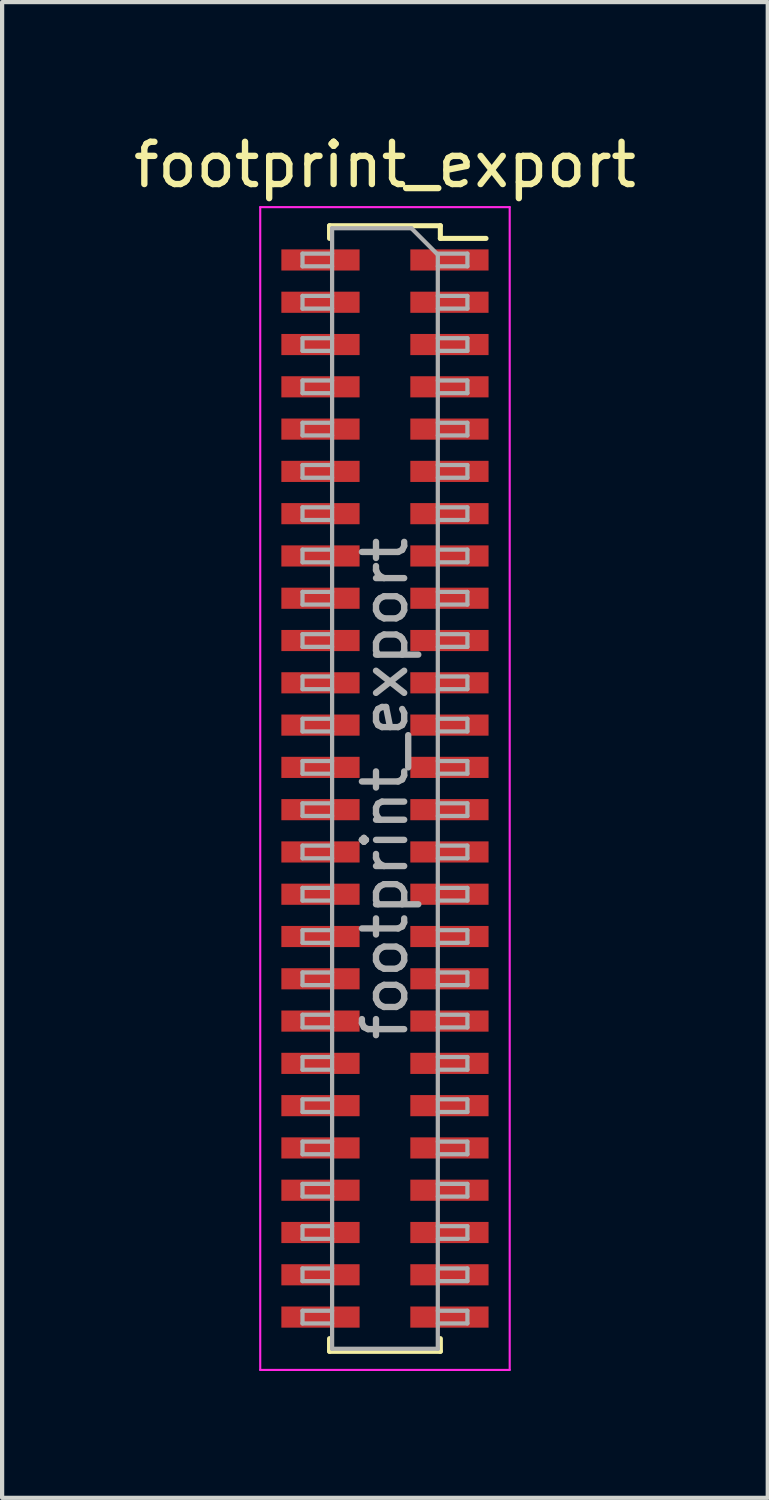
<source format=kicad_pcb>
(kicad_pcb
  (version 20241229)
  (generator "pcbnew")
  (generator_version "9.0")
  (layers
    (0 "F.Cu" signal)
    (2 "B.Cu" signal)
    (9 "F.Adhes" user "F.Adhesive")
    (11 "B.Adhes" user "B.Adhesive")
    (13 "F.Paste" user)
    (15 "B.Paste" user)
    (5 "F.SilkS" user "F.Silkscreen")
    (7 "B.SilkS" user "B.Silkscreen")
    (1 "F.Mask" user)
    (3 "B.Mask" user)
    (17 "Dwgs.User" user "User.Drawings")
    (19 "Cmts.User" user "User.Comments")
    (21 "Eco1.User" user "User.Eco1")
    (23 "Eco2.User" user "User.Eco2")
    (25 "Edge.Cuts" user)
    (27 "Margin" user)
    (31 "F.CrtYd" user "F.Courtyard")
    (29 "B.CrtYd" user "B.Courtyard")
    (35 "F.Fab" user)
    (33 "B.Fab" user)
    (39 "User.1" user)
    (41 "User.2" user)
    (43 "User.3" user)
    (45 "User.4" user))
  (footprint "footprint_export"
    (layer "F.Cu")
    (at 6.054 15.598)
    (property "Reference" "footprint_export" (at 0 -14.75 0) (layer "F.SilkS") (effects (font (size 1 1) (thickness 0.15))))
    (attr smd)
    (fp_line (start -1.31 -13.31) (end -1.31 -13.01) (stroke (width 0.12) (type solid)) (layer "F.SilkS"))
    (fp_line (start -1.31 -13.31) (end 1.31 -13.31) (stroke (width 0.12) (type solid)) (layer "F.SilkS"))
    (fp_line (start -1.31 13.01) (end -1.31 13.31) (stroke (width 0.12) (type solid)) (layer "F.SilkS"))
    (fp_line (start -1.31 13.31) (end 1.31 13.31) (stroke (width 0.12) (type solid)) (layer "F.SilkS"))
    (fp_line (start 1.31 -13.31) (end 1.31 -13.01) (stroke (width 0.12) (type solid)) (layer "F.SilkS"))
    (fp_line (start 1.31 -13.01) (end 2.39 -13.01) (stroke (width 0.12) (type solid)) (layer "F.SilkS"))
    (fp_line (start 1.31 13.01) (end 1.31 13.31) (stroke (width 0.12) (type solid)) (layer "F.SilkS"))
    (fp_line (start -2.95 -13.75) (end 2.95 -13.75) (stroke (width 0.05) (type solid)) (layer "F.CrtYd"))
    (fp_line (start -2.95 13.75) (end -2.95 -13.75) (stroke (width 0.05) (type solid)) (layer "F.CrtYd"))
    (fp_line (start 2.95 -13.75) (end 2.95 13.75) (stroke (width 0.05) (type solid)) (layer "F.CrtYd"))
    (fp_line (start 2.95 13.75) (end -2.95 13.75) (stroke (width 0.05) (type solid)) (layer "F.CrtYd"))
    (fp_line (start -1.95 -12.65) (end -1.25 -12.65) (stroke (width 0.1) (type solid)) (layer "F.Fab"))
    (fp_line (start -1.95 -12.35) (end -1.95 -12.65) (stroke (width 0.1) (type solid)) (layer "F.Fab"))
    (fp_line (start -1.95 -11.65) (end -1.25 -11.65) (stroke (width 0.1) (type solid)) (layer "F.Fab"))
    (fp_line (start -1.95 -11.35) (end -1.95 -11.65) (stroke (width 0.1) (type solid)) (layer "F.Fab"))
    (fp_line (start -1.95 -10.65) (end -1.25 -10.65) (stroke (width 0.1) (type solid)) (layer "F.Fab"))
    (fp_line (start -1.95 -10.35) (end -1.95 -10.65) (stroke (width 0.1) (type solid)) (layer "F.Fab"))
    (fp_line (start -1.95 -9.65) (end -1.25 -9.65) (stroke (width 0.1) (type solid)) (layer "F.Fab"))
    (fp_line (start -1.95 -9.35) (end -1.95 -9.65) (stroke (width 0.1) (type solid)) (layer "F.Fab"))
    (fp_line (start -1.95 -8.65) (end -1.25 -8.65) (stroke (width 0.1) (type solid)) (layer "F.Fab"))
    (fp_line (start -1.95 -8.35) (end -1.95 -8.65) (stroke (width 0.1) (type solid)) (layer "F.Fab"))
    (fp_line (start -1.95 -7.65) (end -1.25 -7.65) (stroke (width 0.1) (type solid)) (layer "F.Fab"))
    (fp_line (start -1.95 -7.35) (end -1.95 -7.65) (stroke (width 0.1) (type solid)) (layer "F.Fab"))
    (fp_line (start -1.95 -6.65) (end -1.25 -6.65) (stroke (width 0.1) (type solid)) (layer "F.Fab"))
    (fp_line (start -1.95 -6.35) (end -1.95 -6.65) (stroke (width 0.1) (type solid)) (layer "F.Fab"))
    (fp_line (start -1.95 -5.65) (end -1.25 -5.65) (stroke (width 0.1) (type solid)) (layer "F.Fab"))
    (fp_line (start -1.95 -5.35) (end -1.95 -5.65) (stroke (width 0.1) (type solid)) (layer "F.Fab"))
    (fp_line (start -1.95 -4.65) (end -1.25 -4.65) (stroke (width 0.1) (type solid)) (layer "F.Fab"))
    (fp_line (start -1.95 -4.35) (end -1.95 -4.65) (stroke (width 0.1) (type solid)) (layer "F.Fab"))
    (fp_line (start -1.95 -3.65) (end -1.25 -3.65) (stroke (width 0.1) (type solid)) (layer "F.Fab"))
    (fp_line (start -1.95 -3.35) (end -1.95 -3.65) (stroke (width 0.1) (type solid)) (layer "F.Fab"))
    (fp_line (start -1.95 -2.65) (end -1.25 -2.65) (stroke (width 0.1) (type solid)) (layer "F.Fab"))
    (fp_line (start -1.95 -2.35) (end -1.95 -2.65) (stroke (width 0.1) (type solid)) (layer "F.Fab"))
    (fp_line (start -1.95 -1.65) (end -1.25 -1.65) (stroke (width 0.1) (type solid)) (layer "F.Fab"))
    (fp_line (start -1.95 -1.35) (end -1.95 -1.65) (stroke (width 0.1) (type solid)) (layer "F.Fab"))
    (fp_line (start -1.95 -0.65) (end -1.25 -0.65) (stroke (width 0.1) (type solid)) (layer "F.Fab"))
    (fp_line (start -1.95 -0.35) (end -1.95 -0.65) (stroke (width 0.1) (type solid)) (layer "F.Fab"))
    (fp_line (start -1.95 0.35) (end -1.25 0.35) (stroke (width 0.1) (type solid)) (layer "F.Fab"))
    (fp_line (start -1.95 0.65) (end -1.95 0.35) (stroke (width 0.1) (type solid)) (layer "F.Fab"))
    (fp_line (start -1.95 1.35) (end -1.25 1.35) (stroke (width 0.1) (type solid)) (layer "F.Fab"))
    (fp_line (start -1.95 1.65) (end -1.95 1.35) (stroke (width 0.1) (type solid)) (layer "F.Fab"))
    (fp_line (start -1.95 2.35) (end -1.25 2.35) (stroke (width 0.1) (type solid)) (layer "F.Fab"))
    (fp_line (start -1.95 2.65) (end -1.95 2.35) (stroke (width 0.1) (type solid)) (layer "F.Fab"))
    (fp_line (start -1.95 3.35) (end -1.25 3.35) (stroke (width 0.1) (type solid)) (layer "F.Fab"))
    (fp_line (start -1.95 3.65) (end -1.95 3.35) (stroke (width 0.1) (type solid)) (layer "F.Fab"))
    (fp_line (start -1.95 4.35) (end -1.25 4.35) (stroke (width 0.1) (type solid)) (layer "F.Fab"))
    (fp_line (start -1.95 4.65) (end -1.95 4.35) (stroke (width 0.1) (type solid)) (layer "F.Fab"))
    (fp_line (start -1.95 5.35) (end -1.25 5.35) (stroke (width 0.1) (type solid)) (layer "F.Fab"))
    (fp_line (start -1.95 5.65) (end -1.95 5.35) (stroke (width 0.1) (type solid)) (layer "F.Fab"))
    (fp_line (start -1.95 6.35) (end -1.25 6.35) (stroke (width 0.1) (type solid)) (layer "F.Fab"))
    (fp_line (start -1.95 6.65) (end -1.95 6.35) (stroke (width 0.1) (type solid)) (layer "F.Fab"))
    (fp_line (start -1.95 7.35) (end -1.25 7.35) (stroke (width 0.1) (type solid)) (layer "F.Fab"))
    (fp_line (start -1.95 7.65) (end -1.95 7.35) (stroke (width 0.1) (type solid)) (layer "F.Fab"))
    (fp_line (start -1.95 8.35) (end -1.25 8.35) (stroke (width 0.1) (type solid)) (layer "F.Fab"))
    (fp_line (start -1.95 8.65) (end -1.95 8.35) (stroke (width 0.1) (type solid)) (layer "F.Fab"))
    (fp_line (start -1.95 9.35) (end -1.25 9.35) (stroke (width 0.1) (type solid)) (layer "F.Fab"))
    (fp_line (start -1.95 9.65) (end -1.95 9.35) (stroke (width 0.1) (type solid)) (layer "F.Fab"))
    (fp_line (start -1.95 10.35) (end -1.25 10.35) (stroke (width 0.1) (type solid)) (layer "F.Fab"))
    (fp_line (start -1.95 10.65) (end -1.95 10.35) (stroke (width 0.1) (type solid)) (layer "F.Fab"))
    (fp_line (start -1.95 11.35) (end -1.25 11.35) (stroke (width 0.1) (type solid)) (layer "F.Fab"))
    (fp_line (start -1.95 11.65) (end -1.95 11.35) (stroke (width 0.1) (type solid)) (layer "F.Fab"))
    (fp_line (start -1.95 12.35) (end -1.25 12.35) (stroke (width 0.1) (type solid)) (layer "F.Fab"))
    (fp_line (start -1.95 12.65) (end -1.95 12.35) (stroke (width 0.1) (type solid)) (layer "F.Fab"))
    (fp_line (start -1.25 -13.25) (end 0.625 -13.25) (stroke (width 0.1) (type solid)) (layer "F.Fab"))
    (fp_line (start -1.25 -12.35) (end -1.95 -12.35) (stroke (width 0.1) (type solid)) (layer "F.Fab"))
    (fp_line (start -1.25 -11.35) (end -1.95 -11.35) (stroke (width 0.1) (type solid)) (layer "F.Fab"))
    (fp_line (start -1.25 -10.35) (end -1.95 -10.35) (stroke (width 0.1) (type solid)) (layer "F.Fab"))
    (fp_line (start -1.25 -9.35) (end -1.95 -9.35) (stroke (width 0.1) (type solid)) (layer "F.Fab"))
    (fp_line (start -1.25 -8.35) (end -1.95 -8.35) (stroke (width 0.1) (type solid)) (layer "F.Fab"))
    (fp_line (start -1.25 -7.35) (end -1.95 -7.35) (stroke (width 0.1) (type solid)) (layer "F.Fab"))
    (fp_line (start -1.25 -6.35) (end -1.95 -6.35) (stroke (width 0.1) (type solid)) (layer "F.Fab"))
    (fp_line (start -1.25 -5.35) (end -1.95 -5.35) (stroke (width 0.1) (type solid)) (layer "F.Fab"))
    (fp_line (start -1.25 -4.35) (end -1.95 -4.35) (stroke (width 0.1) (type solid)) (layer "F.Fab"))
    (fp_line (start -1.25 -3.35) (end -1.95 -3.35) (stroke (width 0.1) (type solid)) (layer "F.Fab"))
    (fp_line (start -1.25 -2.35) (end -1.95 -2.35) (stroke (width 0.1) (type solid)) (layer "F.Fab"))
    (fp_line (start -1.25 -1.35) (end -1.95 -1.35) (stroke (width 0.1) (type solid)) (layer "F.Fab"))
    (fp_line (start -1.25 -0.35) (end -1.95 -0.35) (stroke (width 0.1) (type solid)) (layer "F.Fab"))
    (fp_line (start -1.25 0.65) (end -1.95 0.65) (stroke (width 0.1) (type solid)) (layer "F.Fab"))
    (fp_line (start -1.25 1.65) (end -1.95 1.65) (stroke (width 0.1) (type solid)) (layer "F.Fab"))
    (fp_line (start -1.25 2.65) (end -1.95 2.65) (stroke (width 0.1) (type solid)) (layer "F.Fab"))
    (fp_line (start -1.25 3.65) (end -1.95 3.65) (stroke (width 0.1) (type solid)) (layer "F.Fab"))
    (fp_line (start -1.25 4.65) (end -1.95 4.65) (stroke (width 0.1) (type solid)) (layer "F.Fab"))
    (fp_line (start -1.25 5.65) (end -1.95 5.65) (stroke (width 0.1) (type solid)) (layer "F.Fab"))
    (fp_line (start -1.25 6.65) (end -1.95 6.65) (stroke (width 0.1) (type solid)) (layer "F.Fab"))
    (fp_line (start -1.25 7.65) (end -1.95 7.65) (stroke (width 0.1) (type solid)) (layer "F.Fab"))
    (fp_line (start -1.25 8.65) (end -1.95 8.65) (stroke (width 0.1) (type solid)) (layer "F.Fab"))
    (fp_line (start -1.25 9.65) (end -1.95 9.65) (stroke (width 0.1) (type solid)) (layer "F.Fab"))
    (fp_line (start -1.25 10.65) (end -1.95 10.65) (stroke (width 0.1) (type solid)) (layer "F.Fab"))
    (fp_line (start -1.25 11.65) (end -1.95 11.65) (stroke (width 0.1) (type solid)) (layer "F.Fab"))
    (fp_line (start -1.25 12.65) (end -1.95 12.65) (stroke (width 0.1) (type solid)) (layer "F.Fab"))
    (fp_line (start -1.25 13.25) (end -1.25 -13.25) (stroke (width 0.1) (type solid)) (layer "F.Fab"))
    (fp_line (start 0.625 -13.25) (end 1.25 -12.625) (stroke (width 0.1) (type solid)) (layer "F.Fab"))
    (fp_line (start 1.25 -12.65) (end 1.95 -12.65) (stroke (width 0.1) (type solid)) (layer "F.Fab"))
    (fp_line (start 1.25 -12.625) (end 1.25 13.25) (stroke (width 0.1) (type solid)) (layer "F.Fab"))
    (fp_line (start 1.25 -11.65) (end 1.95 -11.65) (stroke (width 0.1) (type solid)) (layer "F.Fab"))
    (fp_line (start 1.25 -10.65) (end 1.95 -10.65) (stroke (width 0.1) (type solid)) (layer "F.Fab"))
    (fp_line (start 1.25 -9.65) (end 1.95 -9.65) (stroke (width 0.1) (type solid)) (layer "F.Fab"))
    (fp_line (start 1.25 -8.65) (end 1.95 -8.65) (stroke (width 0.1) (type solid)) (layer "F.Fab"))
    (fp_line (start 1.25 -7.65) (end 1.95 -7.65) (stroke (width 0.1) (type solid)) (layer "F.Fab"))
    (fp_line (start 1.25 -6.65) (end 1.95 -6.65) (stroke (width 0.1) (type solid)) (layer "F.Fab"))
    (fp_line (start 1.25 -5.65) (end 1.95 -5.65) (stroke (width 0.1) (type solid)) (layer "F.Fab"))
    (fp_line (start 1.25 -4.65) (end 1.95 -4.65) (stroke (width 0.1) (type solid)) (layer "F.Fab"))
    (fp_line (start 1.25 -3.65) (end 1.95 -3.65) (stroke (width 0.1) (type solid)) (layer "F.Fab"))
    (fp_line (start 1.25 -2.65) (end 1.95 -2.65) (stroke (width 0.1) (type solid)) (layer "F.Fab"))
    (fp_line (start 1.25 -1.65) (end 1.95 -1.65) (stroke (width 0.1) (type solid)) (layer "F.Fab"))
    (fp_line (start 1.25 -0.65) (end 1.95 -0.65) (stroke (width 0.1) (type solid)) (layer "F.Fab"))
    (fp_line (start 1.25 0.35) (end 1.95 0.35) (stroke (width 0.1) (type solid)) (layer "F.Fab"))
    (fp_line (start 1.25 1.35) (end 1.95 1.35) (stroke (width 0.1) (type solid)) (layer "F.Fab"))
    (fp_line (start 1.25 2.35) (end 1.95 2.35) (stroke (width 0.1) (type solid)) (layer "F.Fab"))
    (fp_line (start 1.25 3.35) (end 1.95 3.35) (stroke (width 0.1) (type solid)) (layer "F.Fab"))
    (fp_line (start 1.25 4.35) (end 1.95 4.35) (stroke (width 0.1) (type solid)) (layer "F.Fab"))
    (fp_line (start 1.25 5.35) (end 1.95 5.35) (stroke (width 0.1) (type solid)) (layer "F.Fab"))
    (fp_line (start 1.25 6.35) (end 1.95 6.35) (stroke (width 0.1) (type solid)) (layer "F.Fab"))
    (fp_line (start 1.25 7.35) (end 1.95 7.35) (stroke (width 0.1) (type solid)) (layer "F.Fab"))
    (fp_line (start 1.25 8.35) (end 1.95 8.35) (stroke (width 0.1) (type solid)) (layer "F.Fab"))
    (fp_line (start 1.25 9.35) (end 1.95 9.35) (stroke (width 0.1) (type solid)) (layer "F.Fab"))
    (fp_line (start 1.25 10.35) (end 1.95 10.35) (stroke (width 0.1) (type solid)) (layer "F.Fab"))
    (fp_line (start 1.25 11.35) (end 1.95 11.35) (stroke (width 0.1) (type solid)) (layer "F.Fab"))
    (fp_line (start 1.25 12.35) (end 1.95 12.35) (stroke (width 0.1) (type solid)) (layer "F.Fab"))
    (fp_line (start 1.25 13.25) (end -1.25 13.25) (stroke (width 0.1) (type solid)) (layer "F.Fab"))
    (fp_line (start 1.95 -12.65) (end 1.95 -12.35) (stroke (width 0.1) (type solid)) (layer "F.Fab"))
    (fp_line (start 1.95 -12.35) (end 1.25 -12.35) (stroke (width 0.1) (type solid)) (layer "F.Fab"))
    (fp_line (start 1.95 -11.65) (end 1.95 -11.35) (stroke (width 0.1) (type solid)) (layer "F.Fab"))
    (fp_line (start 1.95 -11.35) (end 1.25 -11.35) (stroke (width 0.1) (type solid)) (layer "F.Fab"))
    (fp_line (start 1.95 -10.65) (end 1.95 -10.35) (stroke (width 0.1) (type solid)) (layer "F.Fab"))
    (fp_line (start 1.95 -10.35) (end 1.25 -10.35) (stroke (width 0.1) (type solid)) (layer "F.Fab"))
    (fp_line (start 1.95 -9.65) (end 1.95 -9.35) (stroke (width 0.1) (type solid)) (layer "F.Fab"))
    (fp_line (start 1.95 -9.35) (end 1.25 -9.35) (stroke (width 0.1) (type solid)) (layer "F.Fab"))
    (fp_line (start 1.95 -8.65) (end 1.95 -8.35) (stroke (width 0.1) (type solid)) (layer "F.Fab"))
    (fp_line (start 1.95 -8.35) (end 1.25 -8.35) (stroke (width 0.1) (type solid)) (layer "F.Fab"))
    (fp_line (start 1.95 -7.65) (end 1.95 -7.35) (stroke (width 0.1) (type solid)) (layer "F.Fab"))
    (fp_line (start 1.95 -7.35) (end 1.25 -7.35) (stroke (width 0.1) (type solid)) (layer "F.Fab"))
    (fp_line (start 1.95 -6.65) (end 1.95 -6.35) (stroke (width 0.1) (type solid)) (layer "F.Fab"))
    (fp_line (start 1.95 -6.35) (end 1.25 -6.35) (stroke (width 0.1) (type solid)) (layer "F.Fab"))
    (fp_line (start 1.95 -5.65) (end 1.95 -5.35) (stroke (width 0.1) (type solid)) (layer "F.Fab"))
    (fp_line (start 1.95 -5.35) (end 1.25 -5.35) (stroke (width 0.1) (type solid)) (layer "F.Fab"))
    (fp_line (start 1.95 -4.65) (end 1.95 -4.35) (stroke (width 0.1) (type solid)) (layer "F.Fab"))
    (fp_line (start 1.95 -4.35) (end 1.25 -4.35) (stroke (width 0.1) (type solid)) (layer "F.Fab"))
    (fp_line (start 1.95 -3.65) (end 1.95 -3.35) (stroke (width 0.1) (type solid)) (layer "F.Fab"))
    (fp_line (start 1.95 -3.35) (end 1.25 -3.35) (stroke (width 0.1) (type solid)) (layer "F.Fab"))
    (fp_line (start 1.95 -2.65) (end 1.95 -2.35) (stroke (width 0.1) (type solid)) (layer "F.Fab"))
    (fp_line (start 1.95 -2.35) (end 1.25 -2.35) (stroke (width 0.1) (type solid)) (layer "F.Fab"))
    (fp_line (start 1.95 -1.65) (end 1.95 -1.35) (stroke (width 0.1) (type solid)) (layer "F.Fab"))
    (fp_line (start 1.95 -1.35) (end 1.25 -1.35) (stroke (width 0.1) (type solid)) (layer "F.Fab"))
    (fp_line (start 1.95 -0.65) (end 1.95 -0.35) (stroke (width 0.1) (type solid)) (layer "F.Fab"))
    (fp_line (start 1.95 -0.35) (end 1.25 -0.35) (stroke (width 0.1) (type solid)) (layer "F.Fab"))
    (fp_line (start 1.95 0.35) (end 1.95 0.65) (stroke (width 0.1) (type solid)) (layer "F.Fab"))
    (fp_line (start 1.95 0.65) (end 1.25 0.65) (stroke (width 0.1) (type solid)) (layer "F.Fab"))
    (fp_line (start 1.95 1.35) (end 1.95 1.65) (stroke (width 0.1) (type solid)) (layer "F.Fab"))
    (fp_line (start 1.95 1.65) (end 1.25 1.65) (stroke (width 0.1) (type solid)) (layer "F.Fab"))
    (fp_line (start 1.95 2.35) (end 1.95 2.65) (stroke (width 0.1) (type solid)) (layer "F.Fab"))
    (fp_line (start 1.95 2.65) (end 1.25 2.65) (stroke (width 0.1) (type solid)) (layer "F.Fab"))
    (fp_line (start 1.95 3.35) (end 1.95 3.65) (stroke (width 0.1) (type solid)) (layer "F.Fab"))
    (fp_line (start 1.95 3.65) (end 1.25 3.65) (stroke (width 0.1) (type solid)) (layer "F.Fab"))
    (fp_line (start 1.95 4.35) (end 1.95 4.65) (stroke (width 0.1) (type solid)) (layer "F.Fab"))
    (fp_line (start 1.95 4.65) (end 1.25 4.65) (stroke (width 0.1) (type solid)) (layer "F.Fab"))
    (fp_line (start 1.95 5.35) (end 1.95 5.65) (stroke (width 0.1) (type solid)) (layer "F.Fab"))
    (fp_line (start 1.95 5.65) (end 1.25 5.65) (stroke (width 0.1) (type solid)) (layer "F.Fab"))
    (fp_line (start 1.95 6.35) (end 1.95 6.65) (stroke (width 0.1) (type solid)) (layer "F.Fab"))
    (fp_line (start 1.95 6.65) (end 1.25 6.65) (stroke (width 0.1) (type solid)) (layer "F.Fab"))
    (fp_line (start 1.95 7.35) (end 1.95 7.65) (stroke (width 0.1) (type solid)) (layer "F.Fab"))
    (fp_line (start 1.95 7.65) (end 1.25 7.65) (stroke (width 0.1) (type solid)) (layer "F.Fab"))
    (fp_line (start 1.95 8.35) (end 1.95 8.65) (stroke (width 0.1) (type solid)) (layer "F.Fab"))
    (fp_line (start 1.95 8.65) (end 1.25 8.65) (stroke (width 0.1) (type solid)) (layer "F.Fab"))
    (fp_line (start 1.95 9.35) (end 1.95 9.65) (stroke (width 0.1) (type solid)) (layer "F.Fab"))
    (fp_line (start 1.95 9.65) (end 1.25 9.65) (stroke (width 0.1) (type solid)) (layer "F.Fab"))
    (fp_line (start 1.95 10.35) (end 1.95 10.65) (stroke (width 0.1) (type solid)) (layer "F.Fab"))
    (fp_line (start 1.95 10.65) (end 1.25 10.65) (stroke (width 0.1) (type solid)) (layer "F.Fab"))
    (fp_line (start 1.95 11.35) (end 1.95 11.65) (stroke (width 0.1) (type solid)) (layer "F.Fab"))
    (fp_line (start 1.95 11.65) (end 1.25 11.65) (stroke (width 0.1) (type solid)) (layer "F.Fab"))
    (fp_line (start 1.95 12.35) (end 1.95 12.65) (stroke (width 0.1) (type solid)) (layer "F.Fab"))
    (fp_line (start 1.95 12.65) (end 1.25 12.65) (stroke (width 0.1) (type solid)) (layer "F.Fab"))
    (fp_text user "${REFERENCE}" (at 0 0 90) (layer "F.Fab") (effects (font (size 1 1) (thickness 0.15))))
    (pad "1" smd rect (at 1.525 -12.5) (size 1.85 0.5) (layers "F.Cu" "F.Mask" "F.Paste"))
    (pad "2" smd rect (at -1.525 -12.5) (size 1.85 0.5) (layers "F.Cu" "F.Mask" "F.Paste"))
    (pad "3" smd rect (at 1.525 -11.5) (size 1.85 0.5) (layers "F.Cu" "F.Mask" "F.Paste"))
    (pad "4" smd rect (at -1.525 -11.5) (size 1.85 0.5) (layers "F.Cu" "F.Mask" "F.Paste"))
    (pad "5" smd rect (at 1.525 -10.5) (size 1.85 0.5) (layers "F.Cu" "F.Mask" "F.Paste"))
    (pad "6" smd rect (at -1.525 -10.5) (size 1.85 0.5) (layers "F.Cu" "F.Mask" "F.Paste"))
    (pad "7" smd rect (at 1.525 -9.5) (size 1.85 0.5) (layers "F.Cu" "F.Mask" "F.Paste"))
    (pad "8" smd rect (at -1.525 -9.5) (size 1.85 0.5) (layers "F.Cu" "F.Mask" "F.Paste"))
    (pad "9" smd rect (at 1.525 -8.5) (size 1.85 0.5) (layers "F.Cu" "F.Mask" "F.Paste"))
    (pad "10" smd rect (at -1.525 -8.5) (size 1.85 0.5) (layers "F.Cu" "F.Mask" "F.Paste"))
    (pad "11" smd rect (at 1.525 -7.5) (size 1.85 0.5) (layers "F.Cu" "F.Mask" "F.Paste"))
    (pad "12" smd rect (at -1.525 -7.5) (size 1.85 0.5) (layers "F.Cu" "F.Mask" "F.Paste"))
    (pad "13" smd rect (at 1.525 -6.5) (size 1.85 0.5) (layers "F.Cu" "F.Mask" "F.Paste"))
    (pad "14" smd rect (at -1.525 -6.5) (size 1.85 0.5) (layers "F.Cu" "F.Mask" "F.Paste"))
    (pad "15" smd rect (at 1.525 -5.5) (size 1.85 0.5) (layers "F.Cu" "F.Mask" "F.Paste"))
    (pad "16" smd rect (at -1.525 -5.5) (size 1.85 0.5) (layers "F.Cu" "F.Mask" "F.Paste"))
    (pad "17" smd rect (at 1.525 -4.5) (size 1.85 0.5) (layers "F.Cu" "F.Mask" "F.Paste"))
    (pad "18" smd rect (at -1.525 -4.5) (size 1.85 0.5) (layers "F.Cu" "F.Mask" "F.Paste"))
    (pad "19" smd rect (at 1.525 -3.5) (size 1.85 0.5) (layers "F.Cu" "F.Mask" "F.Paste"))
    (pad "20" smd rect (at -1.525 -3.5) (size 1.85 0.5) (layers "F.Cu" "F.Mask" "F.Paste"))
    (pad "21" smd rect (at 1.525 -2.5) (size 1.85 0.5) (layers "F.Cu" "F.Mask" "F.Paste"))
    (pad "22" smd rect (at -1.525 -2.5) (size 1.85 0.5) (layers "F.Cu" "F.Mask" "F.Paste"))
    (pad "23" smd rect (at 1.525 -1.5) (size 1.85 0.5) (layers "F.Cu" "F.Mask" "F.Paste"))
    (pad "24" smd rect (at -1.525 -1.5) (size 1.85 0.5) (layers "F.Cu" "F.Mask" "F.Paste"))
    (pad "25" smd rect (at 1.525 -0.5) (size 1.85 0.5) (layers "F.Cu" "F.Mask" "F.Paste"))
    (pad "26" smd rect (at -1.525 -0.5) (size 1.85 0.5) (layers "F.Cu" "F.Mask" "F.Paste"))
    (pad "27" smd rect (at 1.525 0.5) (size 1.85 0.5) (layers "F.Cu" "F.Mask" "F.Paste"))
    (pad "28" smd rect (at -1.525 0.5) (size 1.85 0.5) (layers "F.Cu" "F.Mask" "F.Paste"))
    (pad "29" smd rect (at 1.525 1.5) (size 1.85 0.5) (layers "F.Cu" "F.Mask" "F.Paste"))
    (pad "30" smd rect (at -1.525 1.5) (size 1.85 0.5) (layers "F.Cu" "F.Mask" "F.Paste"))
    (pad "31" smd rect (at 1.525 2.5) (size 1.85 0.5) (layers "F.Cu" "F.Mask" "F.Paste"))
    (pad "32" smd rect (at -1.525 2.5) (size 1.85 0.5) (layers "F.Cu" "F.Mask" "F.Paste"))
    (pad "33" smd rect (at 1.525 3.5) (size 1.85 0.5) (layers "F.Cu" "F.Mask" "F.Paste"))
    (pad "34" smd rect (at -1.525 3.5) (size 1.85 0.5) (layers "F.Cu" "F.Mask" "F.Paste"))
    (pad "35" smd rect (at 1.525 4.5) (size 1.85 0.5) (layers "F.Cu" "F.Mask" "F.Paste"))
    (pad "36" smd rect (at -1.525 4.5) (size 1.85 0.5) (layers "F.Cu" "F.Mask" "F.Paste"))
    (pad "37" smd rect (at 1.525 5.5) (size 1.85 0.5) (layers "F.Cu" "F.Mask" "F.Paste"))
    (pad "38" smd rect (at -1.525 5.5) (size 1.85 0.5) (layers "F.Cu" "F.Mask" "F.Paste"))
    (pad "39" smd rect (at 1.525 6.5) (size 1.85 0.5) (layers "F.Cu" "F.Mask" "F.Paste"))
    (pad "40" smd rect (at -1.525 6.5) (size 1.85 0.5) (layers "F.Cu" "F.Mask" "F.Paste"))
    (pad "41" smd rect (at 1.525 7.5) (size 1.85 0.5) (layers "F.Cu" "F.Mask" "F.Paste"))
    (pad "42" smd rect (at -1.525 7.5) (size 1.85 0.5) (layers "F.Cu" "F.Mask" "F.Paste"))
    (pad "43" smd rect (at 1.525 8.5) (size 1.85 0.5) (layers "F.Cu" "F.Mask" "F.Paste"))
    (pad "44" smd rect (at -1.525 8.5) (size 1.85 0.5) (layers "F.Cu" "F.Mask" "F.Paste"))
    (pad "45" smd rect (at 1.525 9.5) (size 1.85 0.5) (layers "F.Cu" "F.Mask" "F.Paste"))
    (pad "46" smd rect (at -1.525 9.5) (size 1.85 0.5) (layers "F.Cu" "F.Mask" "F.Paste"))
    (pad "47" smd rect (at 1.525 10.5) (size 1.85 0.5) (layers "F.Cu" "F.Mask" "F.Paste"))
    (pad "48" smd rect (at -1.525 10.5) (size 1.85 0.5) (layers "F.Cu" "F.Mask" "F.Paste"))
    (pad "49" smd rect (at 1.525 11.5) (size 1.85 0.5) (layers "F.Cu" "F.Mask" "F.Paste"))
    (pad "50" smd rect (at -1.525 11.5) (size 1.85 0.5) (layers "F.Cu" "F.Mask" "F.Paste"))
    (pad "51" smd rect (at 1.525 12.5) (size 1.85 0.5) (layers "F.Cu" "F.Mask" "F.Paste"))
    (pad "52" smd rect (at -1.525 12.5) (size 1.85 0.5) (layers "F.Cu" "F.Mask" "F.Paste")))
  (gr_rect
    (start -3 -3)
    (end 15.107 32.373)
    (stroke (width 0.1) (type default))
    (fill no)
    (layer "Edge.Cuts")))
</source>
